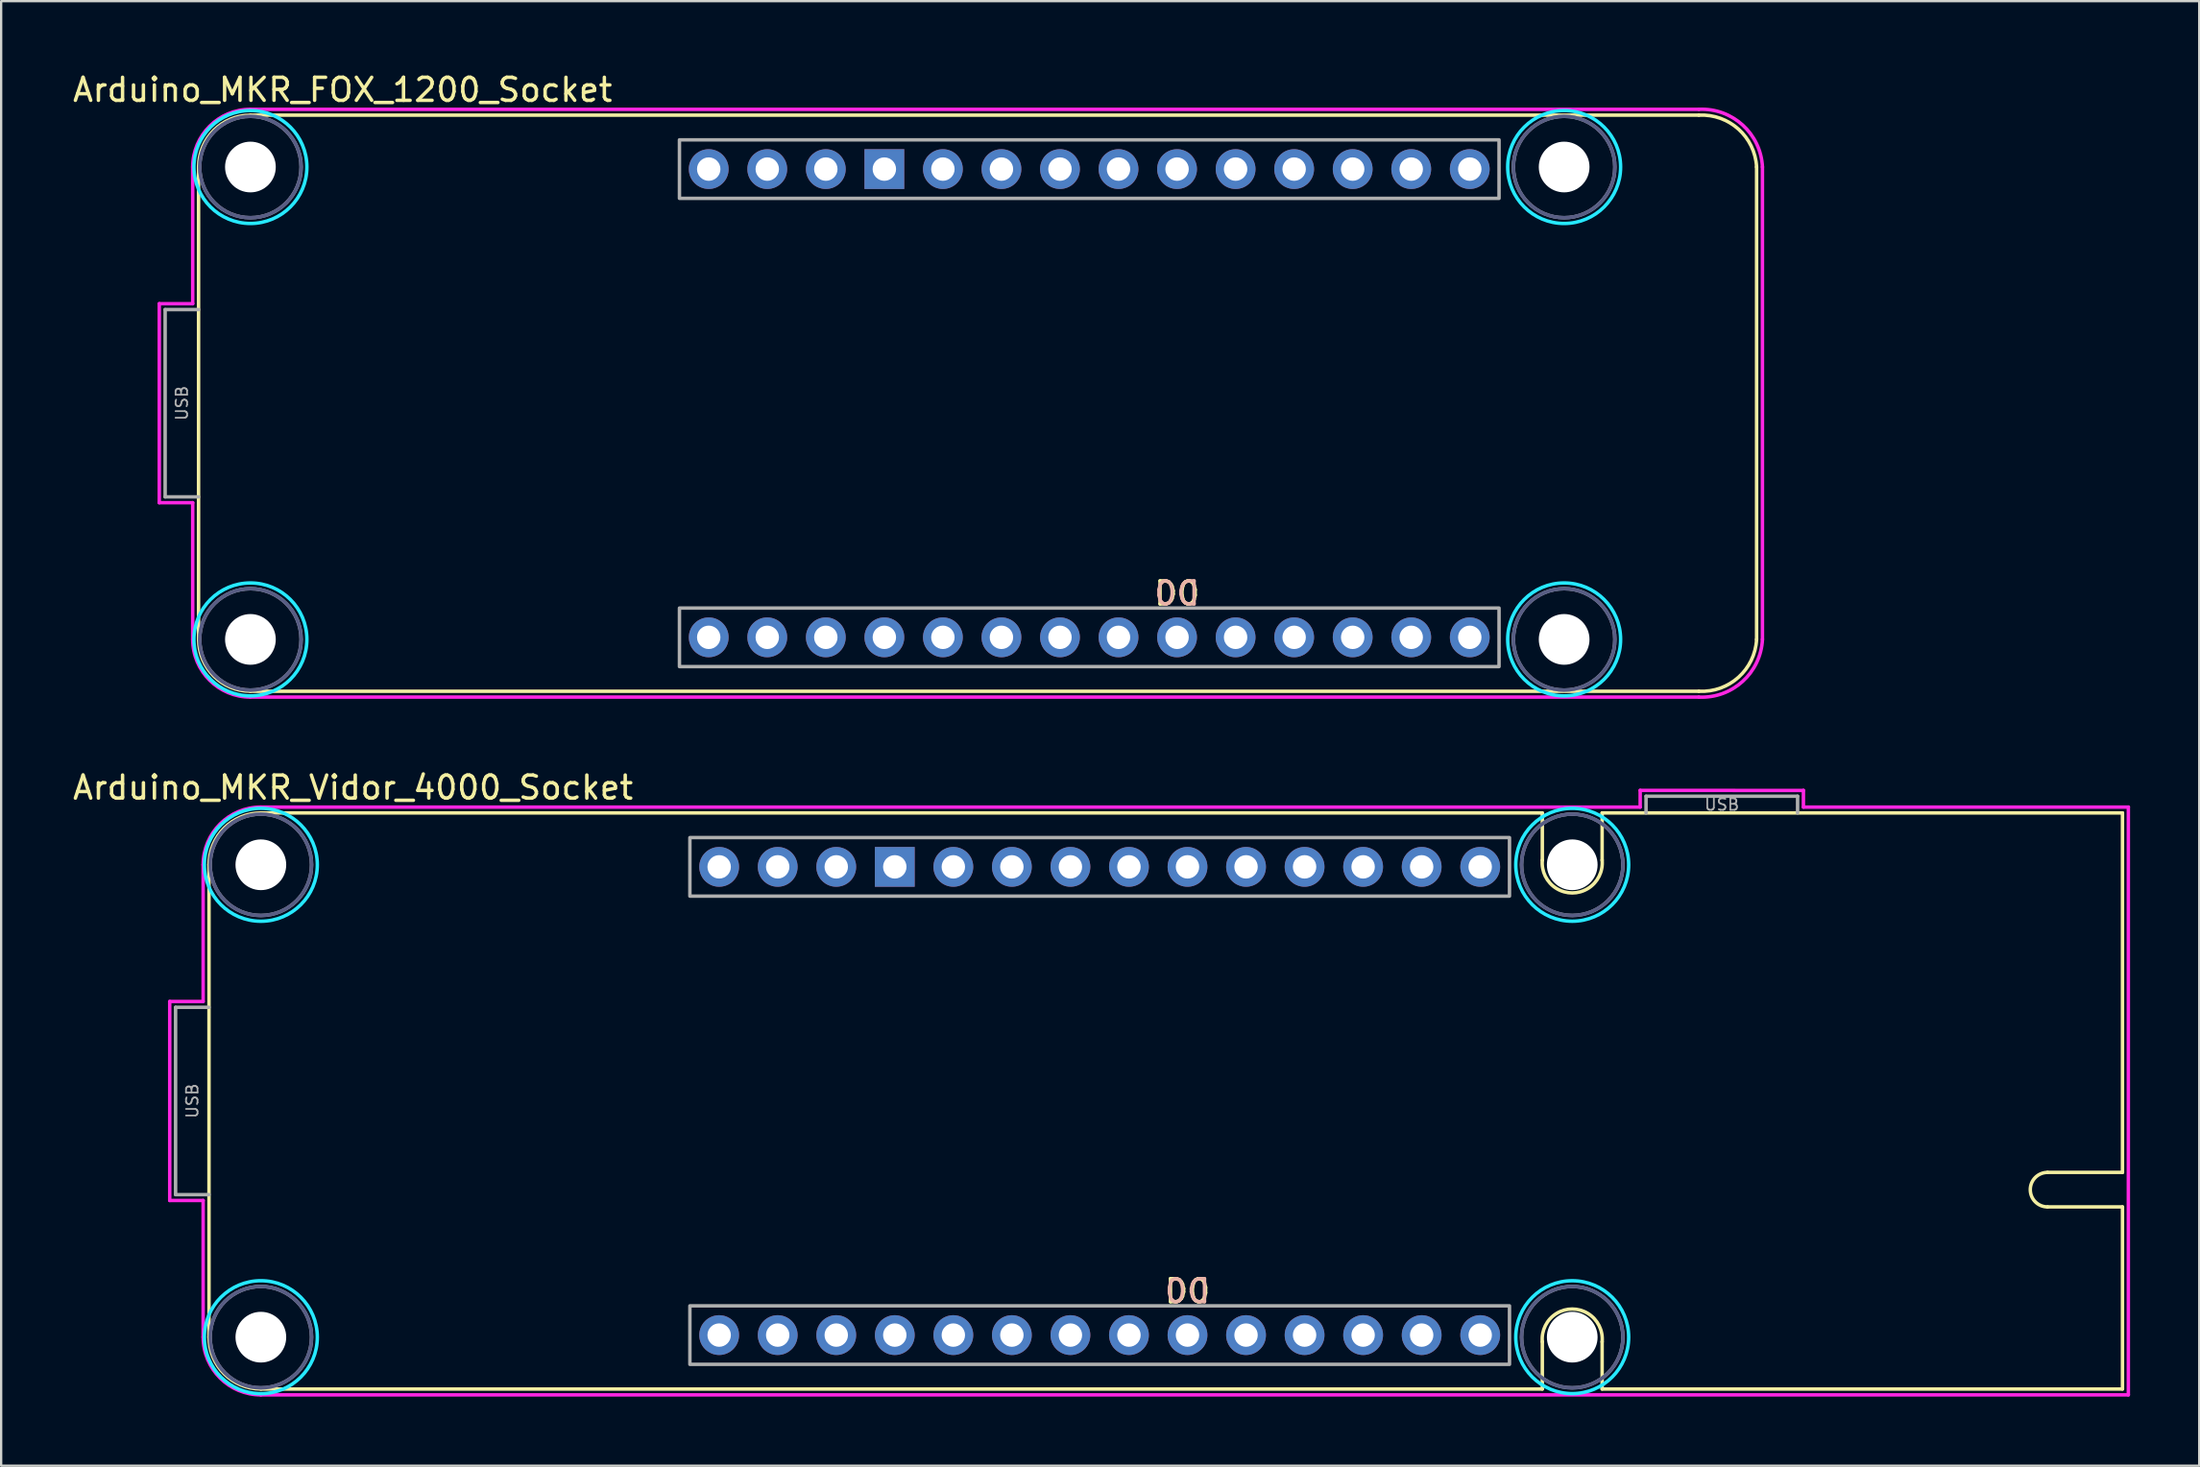
<source format=kicad_pcb>
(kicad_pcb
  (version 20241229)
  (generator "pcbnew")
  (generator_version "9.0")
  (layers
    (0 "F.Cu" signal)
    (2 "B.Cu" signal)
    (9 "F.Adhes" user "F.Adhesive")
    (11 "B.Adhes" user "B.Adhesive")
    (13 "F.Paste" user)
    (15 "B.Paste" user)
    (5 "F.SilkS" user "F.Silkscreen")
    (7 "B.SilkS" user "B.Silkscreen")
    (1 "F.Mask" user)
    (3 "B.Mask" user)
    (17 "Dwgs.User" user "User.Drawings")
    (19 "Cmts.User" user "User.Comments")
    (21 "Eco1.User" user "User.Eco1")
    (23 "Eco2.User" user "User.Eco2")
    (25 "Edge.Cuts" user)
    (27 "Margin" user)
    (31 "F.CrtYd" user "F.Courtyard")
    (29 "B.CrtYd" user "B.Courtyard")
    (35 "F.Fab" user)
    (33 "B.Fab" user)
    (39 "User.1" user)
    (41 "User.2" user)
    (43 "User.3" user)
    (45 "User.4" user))
  (footprint "Arduino_MKR_FOX_1200_Socket"
    (layer "F.Cu")
    (at 7.815 4.198)
    (property "Reference" "Arduino_MKR_FOX_1200_Socket" (at 4 -3.35 0) (unlocked yes) (layer "F.SilkS") (effects (font (size 1 1) (thickness 0.15))))
    (attr through_hole)
    (fp_line (start -2.25 20.5) (end -2.25 0) (stroke (width 0.15) (type solid)) (layer "F.SilkS"))
    (fp_line (start 0 -2.25) (end 62.846 -2.25) (stroke (width 0.15) (type solid)) (layer "F.SilkS"))
    (fp_line (start 0 22.75) (end 62.846 22.75) (stroke (width 0.15) (type solid)) (layer "F.SilkS"))
    (fp_line (start 65.35 20.5) (end 65.35 0) (stroke (width 0.15) (type solid)) (layer "F.SilkS"))
    (fp_arc (start -2.25 0) (mid -1.59099 -1.59099) (end 0 -2.25) (stroke (width 0.15) (type solid)) (layer "F.SilkS"))
    (fp_arc (start 0 22.75) (mid -1.59099 22.09099) (end -2.25 20.5) (stroke (width 0.15) (type solid)) (layer "F.SilkS"))
    (fp_arc (start 62.846 -2.25) (mid 64.56399 -1.643595) (end 65.35 0) (stroke (width 0.15) (type solid)) (layer "F.SilkS"))
    (fp_arc (start 65.35 20.5) (mid 64.56399 22.143595) (end 62.846 22.75) (stroke (width 0.15) (type solid)) (layer "F.SilkS"))
    (fp_circle (center 0 0) (end 2.45 0) (stroke (width 0.15) (type solid)) (fill no) (layer "B.CrtYd"))
    (fp_circle (center 0 20.5) (end 2.45 20.5) (stroke (width 0.15) (type solid)) (fill no) (layer "B.CrtYd"))
    (fp_circle (center 57 0) (end 59.45 0) (stroke (width 0.15) (type solid)) (fill no) (layer "B.CrtYd"))
    (fp_circle (center 57 20.5) (end 59.45 20.5) (stroke (width 0.15) (type solid)) (fill no) (layer "B.CrtYd"))
    (fp_line (start -3.954 5.932) (end -2.504 5.932) (stroke (width 0.15) (type solid)) (layer "F.CrtYd"))
    (fp_line (start -3.954 14.568) (end -3.954 5.932) (stroke (width 0.15) (type solid)) (layer "F.CrtYd"))
    (fp_line (start -2.504 5.932) (end -2.504 0) (stroke (width 0.15) (type solid)) (layer "F.CrtYd"))
    (fp_line (start -2.504 14.568) (end -3.954 14.568) (stroke (width 0.15) (type solid)) (layer "F.CrtYd"))
    (fp_line (start -2.504 20.5) (end -2.504 14.568) (stroke (width 0.15) (type solid)) (layer "F.CrtYd"))
    (fp_line (start 0 -2.504) (end 62.846 -2.504) (stroke (width 0.15) (type solid)) (layer "F.CrtYd"))
    (fp_line (start 62.846 23.004) (end 0 23.004) (stroke (width 0.15) (type solid)) (layer "F.CrtYd"))
    (fp_line (start 65.604 0) (end 65.604 20.5) (stroke (width 0.15) (type solid)) (layer "F.CrtYd"))
    (fp_arc (start -2.504 0) (mid -1.770595 -1.770595) (end 0 -2.504) (stroke (width 0.15) (type solid)) (layer "F.CrtYd"))
    (fp_arc (start 0 23.004) (mid -1.770595 22.270595) (end -2.504 20.5) (stroke (width 0.15) (type solid)) (layer "F.CrtYd"))
    (fp_arc (start 62.846 -2.504) (mid 64.743595 -1.823201) (end 65.604 0) (stroke (width 0.15) (type solid)) (layer "F.CrtYd"))
    (fp_arc (start 65.604 20.5) (mid 64.743595 22.323201) (end 62.846 23.004) (stroke (width 0.15) (type solid)) (layer "F.CrtYd"))
    (fp_circle (center 0 0) (end 2.2 0) (stroke (width 0.15) (type solid)) (fill no) (layer "B.Fab"))
    (fp_circle (center 0 20.5) (end 2.2 20.5) (stroke (width 0.15) (type solid)) (fill no) (layer "B.Fab"))
    (fp_circle (center 57 0) (end 59.2 0) (stroke (width 0.15) (type solid)) (fill no) (layer "B.Fab"))
    (fp_circle (center 57 20.5) (end 59.2 20.5) (stroke (width 0.15) (type solid)) (fill no) (layer "B.Fab"))
    (fp_line (start -3.7 6.186) (end -3.7 14.314) (stroke (width 0.15) (type solid)) (layer "F.Fab"))
    (fp_line (start -3.7 14.314) (end -2.25 14.314) (stroke (width 0.15) (type solid)) (layer "F.Fab"))
    (fp_line (start -2.25 6.186) (end -3.7 6.186) (stroke (width 0.15) (type solid)) (layer "F.Fab"))
    (fp_rect (start 18.615 -1.18) (end 54.175 1.36) (stroke (width 0.15) (type solid)) (fill no) (layer "F.Fab"))
    (fp_rect (start 18.615 19.14) (end 54.175 21.68) (stroke (width 0.15) (type solid)) (fill no) (layer "F.Fab"))
    (fp_circle (center 0 0) (end 2.2 0) (stroke (width 0.15) (type solid)) (fill no) (layer "F.Fab"))
    (fp_circle (center 0 20.5) (end 2.2 20.5) (stroke (width 0.15) (type solid)) (fill no) (layer "F.Fab"))
    (fp_circle (center 57 0) (end 59.2 0) (stroke (width 0.15) (type solid)) (fill no) (layer "F.Fab"))
    (fp_circle (center 57 20.5) (end 59.2 20.5) (stroke (width 0.15) (type solid)) (fill no) (layer "F.Fab"))
    (fp_text user "D0" (at 40.205 18.505 0) (unlocked yes) (layer "F.SilkS") (effects (font (size 1 1) (thickness 0.15))))
    (fp_text user "D0" (at 40.205 18.505 0) (unlocked yes) (layer "B.SilkS") (effects (font (size 1 1) (thickness 0.15)) (justify mirror)))
    (fp_text user "USB" (at -2.975 10.25 270) (layer "F.Fab") (effects (font (size 0.5 0.5) (thickness 0.075))))
    (pad "" np_thru_hole circle (at 0 0) (size 2.2 2.2) (drill 2.2) (layers "*.Cu" "*.Mask"))
    (pad "" np_thru_hole circle (at 0 20.5) (size 2.2 2.2) (drill 2.2) (layers "*.Cu" "*.Mask"))
    (pad "" np_thru_hole circle (at 57 0) (size 2.2 2.2) (drill 2.2) (layers "*.Cu" "*.Mask"))
    (pad "" np_thru_hole circle (at 57 20.5) (size 2.2 2.2) (drill 2.2) (layers "*.Cu" "*.Mask"))
    (pad "3V3" thru_hole circle (at 24.965 0.09) (size 1.727 1.727) (drill 1.016) (layers "*.Cu" "*.Mask"))
    (pad "5V" thru_hole circle (at 19.885 0.09) (size 1.727 1.727) (drill 1.016) (layers "*.Cu" "*.Mask"))
    (pad "A0" thru_hole circle (at 22.425 20.41) (size 1.727 1.727) (drill 1.016) (layers "*.Cu" "*.Mask"))
    (pad "A1" thru_hole circle (at 24.965 20.41) (size 1.727 1.727) (drill 1.016) (layers "*.Cu" "*.Mask"))
    (pad "A2" thru_hole circle (at 27.505 20.41) (size 1.727 1.727) (drill 1.016) (layers "*.Cu" "*.Mask"))
    (pad "A3" thru_hole circle (at 30.045 20.41) (size 1.727 1.727) (drill 1.016) (layers "*.Cu" "*.Mask"))
    (pad "A4" thru_hole circle (at 32.585 20.41) (size 1.727 1.727) (drill 1.016) (layers "*.Cu" "*.Mask"))
    (pad "A5" thru_hole circle (at 35.125 20.41) (size 1.727 1.727) (drill 1.016) (layers "*.Cu" "*.Mask"))
    (pad "A6" thru_hole circle (at 37.665 20.41) (size 1.727 1.727) (drill 1.016) (layers "*.Cu" "*.Mask"))
    (pad "AREF" thru_hole circle (at 19.885 20.41) (size 1.727 1.727) (drill 1.016) (layers "*.Cu" "*.Mask"))
    (pad "D0" thru_hole circle (at 40.205 20.41) (size 1.727 1.727) (drill 1.016) (layers "*.Cu" "*.Mask"))
    (pad "D1" thru_hole circle (at 42.745 20.41) (size 1.727 1.727) (drill 1.016) (layers "*.Cu" "*.Mask"))
    (pad "D2" thru_hole circle (at 45.285 20.41) (size 1.727 1.727) (drill 1.016) (layers "*.Cu" "*.Mask"))
    (pad "D3" thru_hole circle (at 47.825 20.41) (size 1.727 1.727) (drill 1.016) (layers "*.Cu" "*.Mask"))
    (pad "D4" thru_hole circle (at 50.365 20.41) (size 1.727 1.727) (drill 1.016) (layers "*.Cu" "*.Mask"))
    (pad "D5" thru_hole circle (at 52.905 20.41) (size 1.727 1.727) (drill 1.016) (layers "*.Cu" "*.Mask"))
    (pad "D6" thru_hole circle (at 52.905 0.09) (size 1.727 1.727) (drill 1.016) (layers "*.Cu" "*.Mask"))
    (pad "D7" thru_hole circle (at 50.365 0.09) (size 1.727 1.727) (drill 1.016) (layers "*.Cu" "*.Mask"))
    (pad "D8" thru_hole circle (at 47.825 0.09) (size 1.727 1.727) (drill 1.016) (layers "*.Cu" "*.Mask"))
    (pad "D9" thru_hole circle (at 45.285 0.09) (size 1.727 1.727) (drill 1.016) (layers "*.Cu" "*.Mask"))
    (pad "D10" thru_hole circle (at 42.745 0.09) (size 1.727 1.727) (drill 1.016) (layers "*.Cu" "*.Mask"))
    (pad "D11" thru_hole circle (at 40.205 0.09) (size 1.727 1.727) (drill 1.016) (layers "*.Cu" "*.Mask"))
    (pad "D12" thru_hole circle (at 37.665 0.09) (size 1.727 1.727) (drill 1.016) (layers "*.Cu" "*.Mask"))
    (pad "D13" thru_hole circle (at 35.125 0.09) (size 1.727 1.727) (drill 1.016) (layers "*.Cu" "*.Mask"))
    (pad "D14" thru_hole circle (at 32.585 0.09) (size 1.727 1.727) (drill 1.016) (layers "*.Cu" "*.Mask"))
    (pad "GND" thru_hole rect (at 27.505 0.09) (size 1.727 1.727) (drill 1.016) (layers "*.Cu" "*.Mask"))
    (pad "RST" thru_hole circle (at 30.045 0.09) (size 1.727 1.727) (drill 1.016) (layers "*.Cu" "*.Mask"))
    (pad "VIN" thru_hole circle (at 22.425 0.09) (size 1.727 1.727) (drill 1.016) (layers "*.Cu" "*.Mask")))
  (footprint "Arduino_MKR_Vidor_4000_Socket"
    (layer "F.Cu")
    (at 8.268 34.479)
    (property "Reference" "Arduino_MKR_Vidor_4000_Socket" (at 4 -3.35 0) (unlocked yes) (layer "F.SilkS") (effects (font (size 1 1) (thickness 0.15))))
    (attr through_hole)
    (fp_line (start -2.25 20.5) (end -2.25 0) (stroke (width 0.15) (type solid)) (layer "F.SilkS"))
    (fp_line (start 0 -2.25) (end 55.6 -2.25) (stroke (width 0.15) (type solid)) (layer "F.SilkS"))
    (fp_line (start 0 22.75) (end 55.6 22.75) (stroke (width 0.15) (type solid)) (layer "F.SilkS"))
    (fp_line (start 55.6 -2.25) (end 55.6 -0.2) (stroke (width 0.15) (type solid)) (layer "F.SilkS"))
    (fp_line (start 55.6 22.75) (end 55.6 20.7) (stroke (width 0.15) (type solid)) (layer "F.SilkS"))
    (fp_line (start 58.195 -2.25) (end 58.195 -0.2) (stroke (width 0.15) (type solid)) (layer "F.SilkS"))
    (fp_line (start 58.195 -2.25) (end 80.772 -2.25) (stroke (width 0.15) (type solid)) (layer "F.SilkS"))
    (fp_line (start 58.195 22.75) (end 58.195 20.7) (stroke (width 0.15) (type solid)) (layer "F.SilkS"))
    (fp_line (start 58.195 22.75) (end 80.772 22.75) (stroke (width 0.15) (type solid)) (layer "F.SilkS"))
    (fp_line (start 80.772 13.35) (end 77.52 13.35) (stroke (width 0.15) (type solid)) (layer "F.SilkS"))
    (fp_line (start 80.772 13.35) (end 80.772 -2.25) (stroke (width 0.15) (type solid)) (layer "F.SilkS"))
    (fp_line (start 80.772 14.847) (end 77.52 14.847) (stroke (width 0.15) (type solid)) (layer "F.SilkS"))
    (fp_line (start 80.772 22.75) (end 80.772 14.847) (stroke (width 0.15) (type solid)) (layer "F.SilkS"))
    (fp_arc (start -2.25 0) (mid -1.59099 -1.59099) (end 0 -2.25) (stroke (width 0.15) (type solid)) (layer "F.SilkS"))
    (fp_arc (start 0 22.75) (mid -1.59099 22.09099) (end -2.25 20.5) (stroke (width 0.15) (type solid)) (layer "F.SilkS"))
    (fp_arc (start 55.6 20.7) (mid 56.8975 19.278359) (end 58.195 20.7) (stroke (width 0.15) (type solid)) (layer "F.SilkS"))
    (fp_arc (start 58.195 -0.2) (mid 56.8975 1.221641) (end 55.6 -0.2) (stroke (width 0.15) (type solid)) (layer "F.SilkS"))
    (fp_arc (start 77.52 14.847) (mid 76.76296 14.0985) (end 77.52 13.35) (stroke (width 0.15) (type solid)) (layer "F.SilkS"))
    (fp_circle (center 0 0) (end 2.45 0) (stroke (width 0.15) (type solid)) (fill no) (layer "B.CrtYd"))
    (fp_circle (center 0 20.5) (end 2.45 20.5) (stroke (width 0.15) (type solid)) (fill no) (layer "B.CrtYd"))
    (fp_circle (center 56.898 0) (end 59.347 0) (stroke (width 0.15) (type solid)) (fill no) (layer "B.CrtYd"))
    (fp_circle (center 56.898 20.5) (end 59.347 20.5) (stroke (width 0.15) (type solid)) (fill no) (layer "B.CrtYd"))
    (fp_line (start -3.954 5.932) (end -2.504 5.932) (stroke (width 0.15) (type solid)) (layer "F.CrtYd"))
    (fp_line (start -3.954 14.568) (end -3.954 5.932) (stroke (width 0.15) (type solid)) (layer "F.CrtYd"))
    (fp_line (start -2.504 5.932) (end -2.504 0) (stroke (width 0.15) (type solid)) (layer "F.CrtYd"))
    (fp_line (start -2.504 14.568) (end -3.954 14.568) (stroke (width 0.15) (type solid)) (layer "F.CrtYd"))
    (fp_line (start -2.504 20.5) (end -2.504 14.568) (stroke (width 0.15) (type solid)) (layer "F.CrtYd"))
    (fp_line (start 0 -2.504) (end 59.846 -2.504) (stroke (width 0.15) (type solid)) (layer "F.CrtYd"))
    (fp_line (start 59.846 -2.504) (end 59.846 -3.229) (stroke (width 0.15) (type solid)) (layer "F.CrtYd"))
    (fp_line (start 66.929 -3.225) (end 59.846 -3.229) (stroke (width 0.15) (type solid)) (layer "F.CrtYd"))
    (fp_line (start 66.929 -2.504) (end 66.929 -3.229) (stroke (width 0.15) (type solid)) (layer "F.CrtYd"))
    (fp_line (start 66.929 -2.504) (end 81.026 -2.504) (stroke (width 0.15) (type solid)) (layer "F.CrtYd"))
    (fp_line (start 81.026 -2.504) (end 81.026 23.004) (stroke (width 0.15) (type solid)) (layer "F.CrtYd"))
    (fp_line (start 81.026 23.004) (end 0 23.004) (stroke (width 0.15) (type solid)) (layer "F.CrtYd"))
    (fp_arc (start -2.504 0) (mid -1.770595 -1.770595) (end 0 -2.504) (stroke (width 0.15) (type solid)) (layer "F.CrtYd"))
    (fp_arc (start 0 23.004) (mid -1.770595 22.270595) (end -2.504 20.5) (stroke (width 0.15) (type solid)) (layer "F.CrtYd"))
    (fp_circle (center 0 0) (end 2.2 0) (stroke (width 0.15) (type solid)) (fill no) (layer "B.Fab"))
    (fp_circle (center 0 20.5) (end 2.2 20.5) (stroke (width 0.15) (type solid)) (fill no) (layer "B.Fab"))
    (fp_circle (center 56.898 0) (end 59.097 0) (stroke (width 0.15) (type solid)) (fill no) (layer "B.Fab"))
    (fp_circle (center 56.898 20.5) (end 59.097 20.5) (stroke (width 0.15) (type solid)) (fill no) (layer "B.Fab"))
    (fp_line (start -3.7 6.186) (end -3.7 14.314) (stroke (width 0.15) (type solid)) (layer "F.Fab"))
    (fp_line (start -3.7 14.314) (end -2.25 14.314) (stroke (width 0.15) (type solid)) (layer "F.Fab"))
    (fp_line (start -2.25 6.186) (end -3.7 6.186) (stroke (width 0.15) (type solid)) (layer "F.Fab"))
    (fp_line (start 60.1 -2.975) (end 66.675 -2.975) (stroke (width 0.15) (type solid)) (layer "F.Fab"))
    (fp_line (start 60.1 -2.25) (end 60.1 -2.975) (stroke (width 0.15) (type solid)) (layer "F.Fab"))
    (fp_line (start 66.675 -2.975) (end 66.675 -2.25) (stroke (width 0.15) (type solid)) (layer "F.Fab"))
    (fp_rect (start 18.615 -1.18) (end 54.175 1.36) (stroke (width 0.15) (type solid)) (fill no) (layer "F.Fab"))
    (fp_rect (start 18.615 19.14) (end 54.175 21.68) (stroke (width 0.15) (type solid)) (fill no) (layer "F.Fab"))
    (fp_circle (center 0 0) (end 2.2 0) (stroke (width 0.15) (type solid)) (fill no) (layer "F.Fab"))
    (fp_circle (center 0 20.5) (end 2.2 20.5) (stroke (width 0.15) (type solid)) (fill no) (layer "F.Fab"))
    (fp_circle (center 56.898 0) (end 59.097 0) (stroke (width 0.15) (type solid)) (fill no) (layer "F.Fab"))
    (fp_circle (center 56.898 20.5) (end 59.097 20.5) (stroke (width 0.15) (type solid)) (fill no) (layer "F.Fab"))
    (fp_text user "D0" (at 40.205 18.505 0) (unlocked yes) (layer "F.SilkS") (effects (font (size 1 1) (thickness 0.15))))
    (fp_text user "D0" (at 40.205 18.505 0) (unlocked yes) (layer "B.SilkS") (effects (font (size 1 1) (thickness 0.15)) (justify mirror)))
    (fp_text user "USB" (at -2.975 10.25 270) (layer "F.Fab") (effects (font (size 0.5 0.5) (thickness 0.075))))
    (fp_text user "USB" (at 63.388 -2.612 0) (layer "F.Fab") (effects (font (size 0.5 0.5) (thickness 0.075))))
    (pad "" np_thru_hole circle (at 0 0) (size 2.2 2.2) (drill 2.2) (layers "*.Cu" "*.Mask"))
    (pad "" np_thru_hole circle (at 0 20.5) (size 2.2 2.2) (drill 2.2) (layers "*.Cu" "*.Mask"))
    (pad "" np_thru_hole circle (at 56.898 0) (size 2.2 2.2) (drill 2.2) (layers "*.Cu" "*.Mask"))
    (pad "" np_thru_hole circle (at 56.898 20.5) (size 2.2 2.2) (drill 2.2) (layers "*.Cu" "*.Mask"))
    (pad "3V3" thru_hole circle (at 24.965 0.09) (size 1.727 1.727) (drill 1.016) (layers "*.Cu" "*.Mask"))
    (pad "5V" thru_hole circle (at 19.885 0.09) (size 1.727 1.727) (drill 1.016) (layers "*.Cu" "*.Mask"))
    (pad "A0" thru_hole circle (at 22.425 20.41) (size 1.727 1.727) (drill 1.016) (layers "*.Cu" "*.Mask"))
    (pad "A1" thru_hole circle (at 24.965 20.41) (size 1.727 1.727) (drill 1.016) (layers "*.Cu" "*.Mask"))
    (pad "A2" thru_hole circle (at 27.505 20.41) (size 1.727 1.727) (drill 1.016) (layers "*.Cu" "*.Mask"))
    (pad "A3" thru_hole circle (at 30.045 20.41) (size 1.727 1.727) (drill 1.016) (layers "*.Cu" "*.Mask"))
    (pad "A4" thru_hole circle (at 32.585 20.41) (size 1.727 1.727) (drill 1.016) (layers "*.Cu" "*.Mask"))
    (pad "A5" thru_hole circle (at 35.125 20.41) (size 1.727 1.727) (drill 1.016) (layers "*.Cu" "*.Mask"))
    (pad "A6" thru_hole circle (at 37.665 20.41) (size 1.727 1.727) (drill 1.016) (layers "*.Cu" "*.Mask"))
    (pad "AREF" thru_hole circle (at 19.885 20.41) (size 1.727 1.727) (drill 1.016) (layers "*.Cu" "*.Mask"))
    (pad "D0" thru_hole circle (at 40.205 20.41) (size 1.727 1.727) (drill 1.016) (layers "*.Cu" "*.Mask"))
    (pad "D1" thru_hole circle (at 42.745 20.41) (size 1.727 1.727) (drill 1.016) (layers "*.Cu" "*.Mask"))
    (pad "D2" thru_hole circle (at 45.285 20.41) (size 1.727 1.727) (drill 1.016) (layers "*.Cu" "*.Mask"))
    (pad "D3" thru_hole circle (at 47.825 20.41) (size 1.727 1.727) (drill 1.016) (layers "*.Cu" "*.Mask"))
    (pad "D4" thru_hole circle (at 50.365 20.41) (size 1.727 1.727) (drill 1.016) (layers "*.Cu" "*.Mask"))
    (pad "D5" thru_hole circle (at 52.905 20.41) (size 1.727 1.727) (drill 1.016) (layers "*.Cu" "*.Mask"))
    (pad "D6" thru_hole circle (at 52.905 0.09) (size 1.727 1.727) (drill 1.016) (layers "*.Cu" "*.Mask"))
    (pad "D7" thru_hole circle (at 50.365 0.09) (size 1.727 1.727) (drill 1.016) (layers "*.Cu" "*.Mask"))
    (pad "D8" thru_hole circle (at 47.825 0.09) (size 1.727 1.727) (drill 1.016) (layers "*.Cu" "*.Mask"))
    (pad "D9" thru_hole circle (at 45.285 0.09) (size 1.727 1.727) (drill 1.016) (layers "*.Cu" "*.Mask"))
    (pad "D10" thru_hole circle (at 42.745 0.09) (size 1.727 1.727) (drill 1.016) (layers "*.Cu" "*.Mask"))
    (pad "D11" thru_hole circle (at 40.205 0.09) (size 1.727 1.727) (drill 1.016) (layers "*.Cu" "*.Mask"))
    (pad "D12" thru_hole circle (at 37.665 0.09) (size 1.727 1.727) (drill 1.016) (layers "*.Cu" "*.Mask"))
    (pad "D13" thru_hole circle (at 35.125 0.09) (size 1.727 1.727) (drill 1.016) (layers "*.Cu" "*.Mask"))
    (pad "D14" thru_hole circle (at 32.585 0.09) (size 1.727 1.727) (drill 1.016) (layers "*.Cu" "*.Mask"))
    (pad "GND" thru_hole rect (at 27.505 0.09) (size 1.727 1.727) (drill 1.016) (layers "*.Cu" "*.Mask"))
    (pad "RST" thru_hole circle (at 30.045 0.09) (size 1.727 1.727) (drill 1.016) (layers "*.Cu" "*.Mask"))
    (pad "VIN" thru_hole circle (at 22.425 0.09) (size 1.727 1.727) (drill 1.016) (layers "*.Cu" "*.Mask")))
  (gr_rect
    (start -3 -3)
    (end 92.369 60.558)
    (stroke (width 0.1) (type default))
    (fill no)
    (layer "Edge.Cuts")))
</source>
